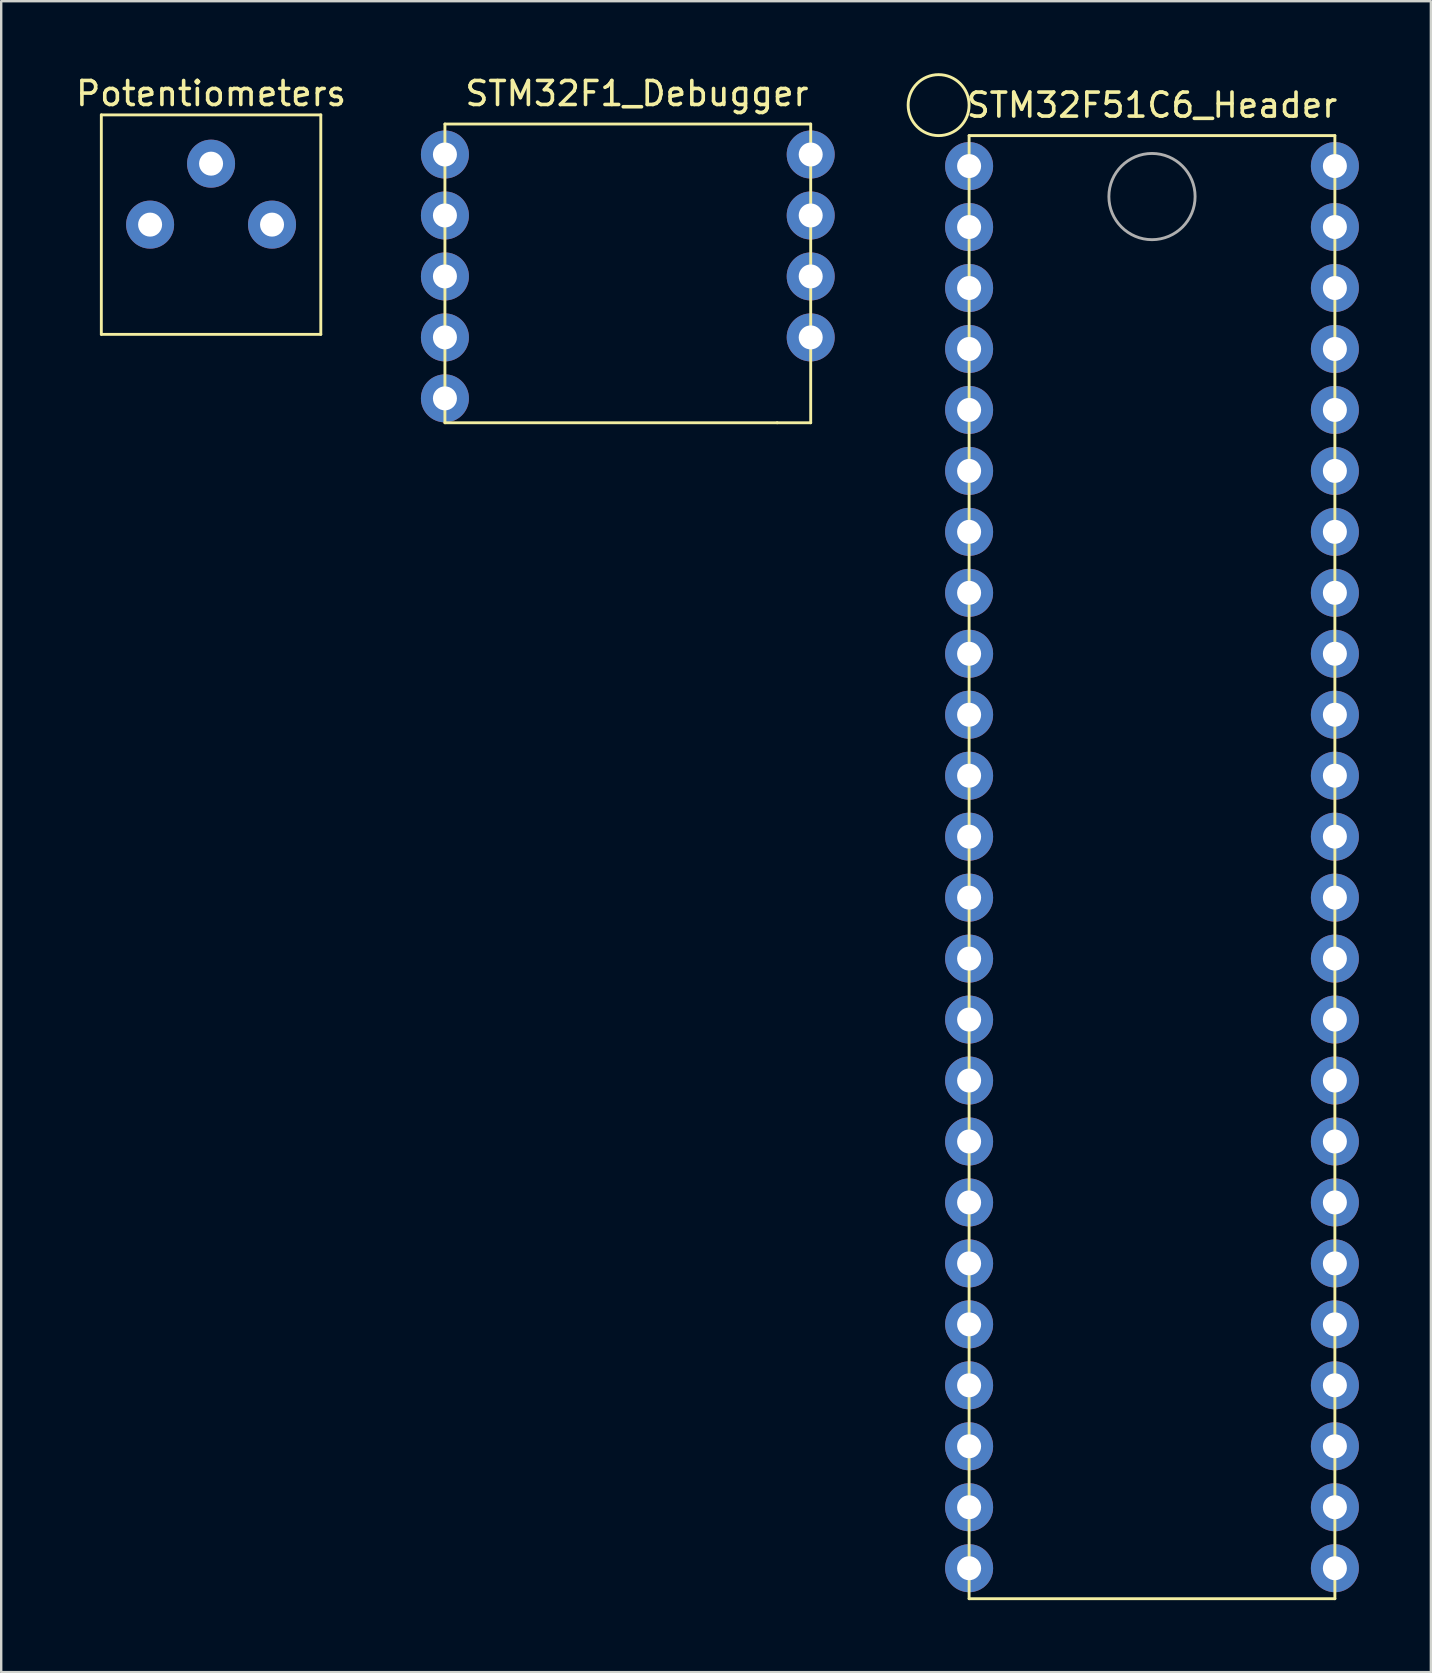
<source format=kicad_pcb>
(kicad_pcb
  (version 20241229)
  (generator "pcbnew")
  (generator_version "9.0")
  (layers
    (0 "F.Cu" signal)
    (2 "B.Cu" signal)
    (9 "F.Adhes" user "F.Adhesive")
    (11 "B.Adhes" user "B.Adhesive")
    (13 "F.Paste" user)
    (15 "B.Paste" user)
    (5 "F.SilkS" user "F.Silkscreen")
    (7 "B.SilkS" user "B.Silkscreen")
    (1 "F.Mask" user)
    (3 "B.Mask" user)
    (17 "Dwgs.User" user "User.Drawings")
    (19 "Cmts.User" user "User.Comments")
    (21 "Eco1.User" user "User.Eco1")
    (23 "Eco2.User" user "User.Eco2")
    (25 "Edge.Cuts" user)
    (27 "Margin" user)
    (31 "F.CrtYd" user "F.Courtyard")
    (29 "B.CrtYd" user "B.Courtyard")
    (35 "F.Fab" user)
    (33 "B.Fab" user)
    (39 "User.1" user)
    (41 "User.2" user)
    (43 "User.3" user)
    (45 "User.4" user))
  (footprint "Potentiometers"
    (layer "F.Cu")
    (at 5.744 6.309)
    (property "Reference" "Potentiometers" (at 0 -5.461 0) (layer "F.SilkS") (effects (font (size 1 1) (thickness 0.15))))
    (attr through_hole)
    (fp_line (start -4.572 -4.572) (end -4.572 4.572) (stroke (width 0.12) (type solid)) (layer "F.SilkS"))
    (fp_line (start -4.572 4.572) (end 4.572 4.572) (stroke (width 0.12) (type solid)) (layer "F.SilkS"))
    (fp_line (start 4.572 -4.572) (end -4.572 -4.572) (stroke (width 0.12) (type solid)) (layer "F.SilkS"))
    (fp_line (start 4.572 4.572) (end 4.572 -4.572) (stroke (width 0.12) (type solid)) (layer "F.SilkS"))
    (pad "1" thru_hole circle (at -2.54 0) (size 2 2) (drill 1) (layers "*.Cu" "*.Mask"))
    (pad "2" thru_hole circle (at 0 -2.54) (size 2 2) (drill 1) (layers "*.Cu" "*.Mask"))
    (pad "3" thru_hole circle (at 2.54 0) (size 2 2) (drill 1) (layers "*.Cu" "*.Mask")))
  (footprint "STM32F51C6_Header"
    (layer "F.Cu")
    (at 44.948 28)
    (property "Reference" "STM32F51C6_Header" (at 0 -26.67 0) (layer "F.SilkS") (effects (font (size 1 1) (thickness 0.15))))
    (attr through_hole)
    (fp_line (start -7.62 -25.4) (end -7.62 35.56) (stroke (width 0.12) (type solid)) (layer "F.SilkS"))
    (fp_line (start -7.62 35.56) (end 7.62 35.56) (stroke (width 0.12) (type solid)) (layer "F.SilkS"))
    (fp_line (start 7.62 -25.4) (end -7.62 -25.4) (stroke (width 0.12) (type solid)) (layer "F.SilkS"))
    (fp_line (start 7.62 35.56) (end 7.62 -25.4) (stroke (width 0.12) (type solid)) (layer "F.SilkS"))
    (fp_circle (center -8.89 -26.67) (end -8.89 -25.4) (stroke (width 0.12) (type solid)) (fill no) (layer "F.SilkS"))
    (fp_circle (center 0 -22.86) (end 1.27 -21.59) (stroke (width 0.12) (type solid)) (fill no) (layer "F.Fab"))
    (pad "1" thru_hole circle (at -7.62 -24.13) (size 2 2) (drill 1) (layers "*.Cu" "*.Mask"))
    (pad "2" thru_hole circle (at -7.62 -21.59) (size 2 2) (drill 1) (layers "*.Cu" "*.Mask"))
    (pad "3" thru_hole circle (at -7.62 -19.05) (size 2 2) (drill 1) (layers "*.Cu" "*.Mask"))
    (pad "4" thru_hole circle (at -7.62 -16.51) (size 2 2) (drill 1) (layers "*.Cu" "*.Mask"))
    (pad "5" thru_hole circle (at -7.62 -13.97) (size 2 2) (drill 1) (layers "*.Cu" "*.Mask"))
    (pad "6" thru_hole circle (at -7.62 -11.43) (size 2 2) (drill 1) (layers "*.Cu" "*.Mask"))
    (pad "7" thru_hole circle (at -7.62 -8.89) (size 2 2) (drill 1) (layers "*.Cu" "*.Mask"))
    (pad "8" thru_hole circle (at -7.62 -6.35) (size 2 2) (drill 1) (layers "*.Cu" "*.Mask"))
    (pad "9" thru_hole circle (at -7.62 -3.81) (size 2 2) (drill 1) (layers "*.Cu" "*.Mask"))
    (pad "10" thru_hole circle (at -7.62 -1.27) (size 2 2) (drill 1) (layers "*.Cu" "*.Mask"))
    (pad "11" thru_hole circle (at -7.62 1.27) (size 2 2) (drill 1) (layers "*.Cu" "*.Mask"))
    (pad "12" thru_hole circle (at -7.62 3.81) (size 2 2) (drill 1) (layers "*.Cu" "*.Mask"))
    (pad "13" thru_hole circle (at -7.62 6.35) (size 2 2) (drill 1) (layers "*.Cu" "*.Mask"))
    (pad "14" thru_hole circle (at -7.62 8.89) (size 2 2) (drill 1) (layers "*.Cu" "*.Mask"))
    (pad "15" thru_hole circle (at -7.62 11.43) (size 2 2) (drill 1) (layers "*.Cu" "*.Mask"))
    (pad "16" thru_hole circle (at -7.62 13.97) (size 2 2) (drill 1) (layers "*.Cu" "*.Mask"))
    (pad "17" thru_hole circle (at -7.62 16.51) (size 2 2) (drill 1) (layers "*.Cu" "*.Mask"))
    (pad "18" thru_hole circle (at -7.62 19.05) (size 2 2) (drill 1) (layers "*.Cu" "*.Mask"))
    (pad "19" thru_hole circle (at -7.62 21.59) (size 2 2) (drill 1) (layers "*.Cu" "*.Mask"))
    (pad "20" thru_hole circle (at -7.62 24.13) (size 2 2) (drill 1) (layers "*.Cu" "*.Mask"))
    (pad "21" thru_hole circle (at -7.62 26.67) (size 2 2) (drill 1) (layers "*.Cu" "*.Mask"))
    (pad "22" thru_hole circle (at -7.62 29.21) (size 2 2) (drill 1) (layers "*.Cu" "*.Mask"))
    (pad "23" thru_hole circle (at -7.62 31.75) (size 2 2) (drill 1) (layers "*.Cu" "*.Mask"))
    (pad "24" thru_hole circle (at -7.62 34.29) (size 2 2) (drill 1) (layers "*.Cu" "*.Mask"))
    (pad "25" thru_hole circle (at 7.62 34.29) (size 2 2) (drill 1) (layers "*.Cu" "*.Mask"))
    (pad "26" thru_hole circle (at 7.62 31.75) (size 2 2) (drill 1) (layers "*.Cu" "*.Mask"))
    (pad "27" thru_hole circle (at 7.62 29.21) (size 2 2) (drill 1) (layers "*.Cu" "*.Mask"))
    (pad "28" thru_hole circle (at 7.62 26.67) (size 2 2) (drill 1) (layers "*.Cu" "*.Mask"))
    (pad "29" thru_hole circle (at 7.62 24.13) (size 2 2) (drill 1) (layers "*.Cu" "*.Mask"))
    (pad "30" thru_hole circle (at 7.62 21.59) (size 2 2) (drill 1) (layers "*.Cu" "*.Mask"))
    (pad "31" thru_hole circle (at 7.62 19.05) (size 2 2) (drill 1) (layers "*.Cu" "*.Mask"))
    (pad "32" thru_hole circle (at 7.62 16.51) (size 2 2) (drill 1) (layers "*.Cu" "*.Mask"))
    (pad "33" thru_hole circle (at 7.62 13.97) (size 2 2) (drill 1) (layers "*.Cu" "*.Mask"))
    (pad "34" thru_hole circle (at 7.62 11.43) (size 2 2) (drill 1) (layers "*.Cu" "*.Mask"))
    (pad "35" thru_hole circle (at 7.62 8.89) (size 2 2) (drill 1) (layers "*.Cu" "*.Mask"))
    (pad "36" thru_hole circle (at 7.62 6.35) (size 2 2) (drill 1) (layers "*.Cu" "*.Mask"))
    (pad "37" thru_hole circle (at 7.62 3.81) (size 2 2) (drill 1) (layers "*.Cu" "*.Mask"))
    (pad "38" thru_hole circle (at 7.62 1.27) (size 2 2) (drill 1) (layers "*.Cu" "*.Mask"))
    (pad "39" thru_hole circle (at 7.62 -1.27) (size 2 2) (drill 1) (layers "*.Cu" "*.Mask"))
    (pad "40" thru_hole circle (at 7.62 -3.81) (size 2 2) (drill 1) (layers "*.Cu" "*.Mask"))
    (pad "41" thru_hole circle (at 7.62 -6.35) (size 2 2) (drill 1) (layers "*.Cu" "*.Mask"))
    (pad "42" thru_hole circle (at 7.62 -8.89) (size 2 2) (drill 1) (layers "*.Cu" "*.Mask"))
    (pad "43" thru_hole circle (at 7.62 -11.43) (size 2 2) (drill 1) (layers "*.Cu" "*.Mask"))
    (pad "44" thru_hole circle (at 7.62 -13.97) (size 2 2) (drill 1) (layers "*.Cu" "*.Mask"))
    (pad "45" thru_hole circle (at 7.62 -16.51) (size 2 2) (drill 1) (layers "*.Cu" "*.Mask"))
    (pad "46" thru_hole circle (at 7.62 -19.05) (size 2 2) (drill 1) (layers "*.Cu" "*.Mask"))
    (pad "47" thru_hole circle (at 7.62 -21.59) (size 2 2) (drill 1) (layers "*.Cu" "*.Mask"))
    (pad "48" thru_hole circle (at 7.62 -24.13) (size 2 2) (drill 1) (layers "*.Cu" "*.Mask")))
  (footprint "STM32F1_Debugger"
    (layer "F.Cu")
    (at 23.489 9.865)
    (property "Reference" "STM32F1_Debugger" (at 0 -9.017 0) (layer "F.SilkS") (effects (font (size 1 1) (thickness 0.15))))
    (attr through_hole)
    (fp_line (start -8.001 -7.747) (end -8.001 4.699) (stroke (width 0.12) (type solid)) (layer "F.SilkS"))
    (fp_line (start -8.001 4.699) (end 5.842 4.699) (stroke (width 0.12) (type solid)) (layer "F.SilkS"))
    (fp_line (start 7.239 -7.747) (end -8.001 -7.747) (stroke (width 0.12) (type solid)) (layer "F.SilkS"))
    (fp_line (start 7.239 -7.747) (end 7.239 4.699) (stroke (width 0.12) (type solid)) (layer "F.SilkS"))
    (fp_line (start 7.239 4.699) (end 5.842 4.699) (stroke (width 0.12) (type solid)) (layer "F.SilkS"))
    (pad "1" thru_hole circle (at -8.001 -6.477) (size 2 2) (drill 1) (layers "*.Cu" "*.Mask"))
    (pad "2" thru_hole circle (at -8.001 -3.937) (size 2 2) (drill 1) (layers "*.Cu" "*.Mask"))
    (pad "3" thru_hole circle (at -8.001 -1.397) (size 2 2) (drill 1) (layers "*.Cu" "*.Mask"))
    (pad "4" thru_hole circle (at -8.001 1.143) (size 2 2) (drill 1) (layers "*.Cu" "*.Mask"))
    (pad "5" thru_hole circle (at -8.001 3.683) (size 2 2) (drill 1) (layers "*.Cu" "*.Mask"))
    (pad "6" thru_hole circle (at 7.239 1.143) (size 2 2) (drill 1) (layers "*.Cu" "*.Mask"))
    (pad "7" thru_hole circle (at 7.239 -1.397) (size 2 2) (drill 1) (layers "*.Cu" "*.Mask"))
    (pad "8" thru_hole circle (at 7.239 -3.937) (size 2 2) (drill 1) (layers "*.Cu" "*.Mask"))
    (pad "9" thru_hole circle (at 7.239 -6.477) (size 2 2) (drill 1) (layers "*.Cu" "*.Mask")))
  (gr_rect
    (start -3 -3)
    (end 56.568 66.62)
    (stroke (width 0.1) (type default))
    (fill no)
    (layer "Edge.Cuts")))
</source>
